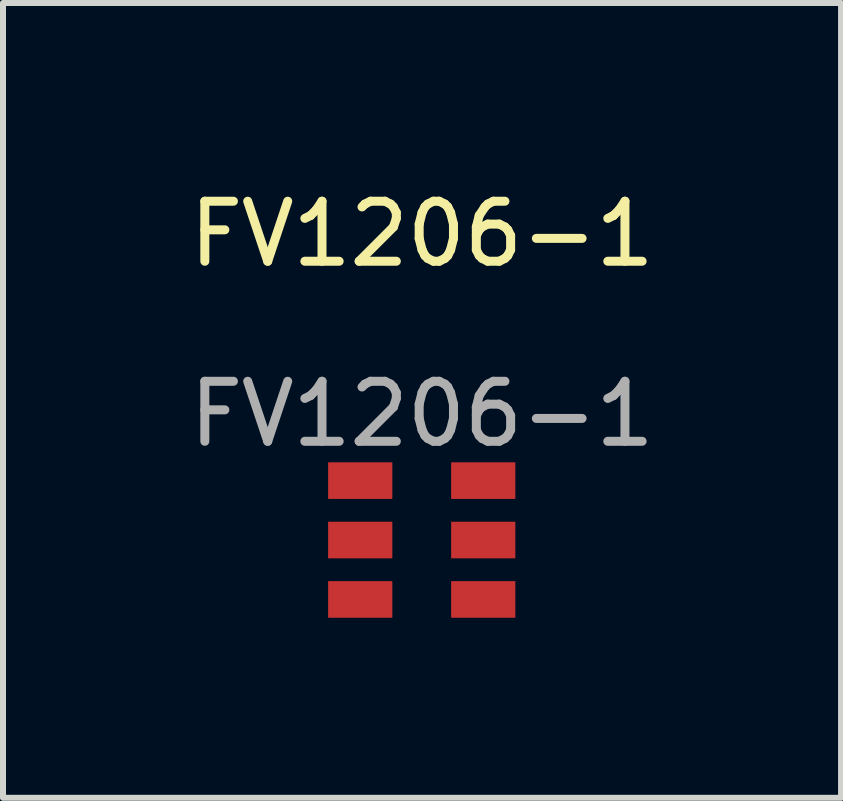
<source format=kicad_pcb>
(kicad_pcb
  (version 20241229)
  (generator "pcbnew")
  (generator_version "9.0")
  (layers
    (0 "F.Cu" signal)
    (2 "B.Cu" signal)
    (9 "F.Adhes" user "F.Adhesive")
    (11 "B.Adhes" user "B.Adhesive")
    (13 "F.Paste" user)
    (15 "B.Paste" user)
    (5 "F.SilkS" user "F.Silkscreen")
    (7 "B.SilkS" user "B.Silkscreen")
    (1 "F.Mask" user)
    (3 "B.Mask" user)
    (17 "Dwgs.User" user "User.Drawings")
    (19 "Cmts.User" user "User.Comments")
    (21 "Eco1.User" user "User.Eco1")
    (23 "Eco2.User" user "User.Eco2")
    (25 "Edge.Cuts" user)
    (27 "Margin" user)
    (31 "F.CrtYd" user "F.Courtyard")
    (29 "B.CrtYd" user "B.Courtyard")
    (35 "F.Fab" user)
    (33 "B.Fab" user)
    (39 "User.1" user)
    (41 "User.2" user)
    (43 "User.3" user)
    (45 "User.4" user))
  (footprint "FV1206-1"
    (layer "F.Cu")
    (at 3.982 5.948)
    (property "Reference" "FV1206-1" (at 0 -5.1 0) (unlocked yes) (layer "F.SilkS") (effects (font (size 1 1) (thickness 0.15))))
    (attr smd)
    (fp_text user "${REFERENCE}" (at 0 -2.1 0) (unlocked yes) (layer "F.Fab") (effects (font (size 1 1) (thickness 0.15))))
    (pad "1" smd rect (at -1.03 -0.99) (size 1.07 0.61) (layers "F.Cu" "F.Mask" "F.Paste"))
    (pad "2" smd rect (at -1.03 0) (size 1.07 0.61) (layers "F.Cu" "F.Mask" "F.Paste"))
    (pad "3" smd rect (at -1.03 0.99) (size 1.07 0.61) (layers "F.Cu" "F.Mask" "F.Paste"))
    (pad "4" smd rect (at 1.02 0.99) (size 1.07 0.61) (layers "F.Cu" "F.Mask" "F.Paste"))
    (pad "5" smd rect (at 1.02 0) (size 1.07 0.61) (layers "F.Cu" "F.Mask" "F.Paste"))
    (pad "6" smd rect (at 1.02 -0.99) (size 1.07 0.61) (layers "F.Cu" "F.Mask" "F.Paste")))
  (gr_rect
    (start -3 -3)
    (end 10.964 10.243)
    (stroke (width 0.1) (type default))
    (fill no)
    (layer "Edge.Cuts")))
</source>
